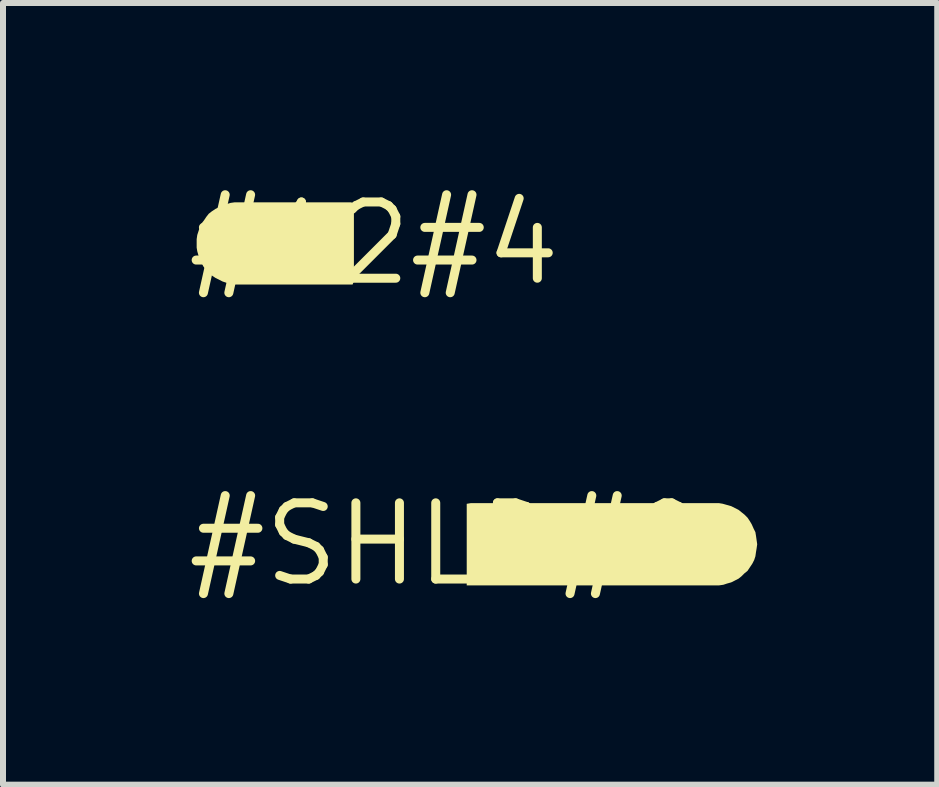
<source format=kicad_pcb>
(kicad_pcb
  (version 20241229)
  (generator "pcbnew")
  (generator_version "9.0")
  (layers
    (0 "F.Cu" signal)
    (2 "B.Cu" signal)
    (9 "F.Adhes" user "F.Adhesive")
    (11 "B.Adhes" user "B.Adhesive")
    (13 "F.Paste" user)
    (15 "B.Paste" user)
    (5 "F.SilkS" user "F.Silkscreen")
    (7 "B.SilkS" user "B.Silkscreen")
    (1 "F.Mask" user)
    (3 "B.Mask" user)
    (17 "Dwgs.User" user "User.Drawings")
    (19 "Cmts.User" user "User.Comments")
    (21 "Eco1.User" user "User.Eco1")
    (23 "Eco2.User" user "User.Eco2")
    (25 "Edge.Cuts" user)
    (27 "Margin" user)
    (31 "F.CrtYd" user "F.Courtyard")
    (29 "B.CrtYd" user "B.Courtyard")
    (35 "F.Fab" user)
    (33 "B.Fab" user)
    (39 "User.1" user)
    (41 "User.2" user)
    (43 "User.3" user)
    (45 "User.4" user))
  (footprint "#12#4"
    (layer "F.Cu")
    (at 3.182 1.006)
    (property "Reference" "#12#4" (at 0 0 0) (layer "F.SilkS") (effects (font (size 1.27 1.27) (thickness 0.15))))
    (fp_poly (pts (xy -0.335 -0.652) (xy -0.335 0.631) (xy -0.357 0.685) (xy -2.33 0.685) (xy -2.391 0.675) (xy -2.461 0.655) (xy -2.522 0.635) (xy -2.643 0.574) (xy -2.703 0.534) (xy -2.754 0.484) (xy -2.804 0.433) (xy -2.844 0.383) (xy -2.905 0.262) (xy -2.925 0.201) (xy -2.945 0.131) (xy -2.955 0.07) (xy -2.955 -0.07) (xy -2.945 -0.141) (xy -2.925 -0.202) (xy -2.905 -0.262) (xy -2.874 -0.333) (xy -2.834 -0.383) (xy -2.794 -0.443) (xy -2.754 -0.494) (xy -2.703 -0.534) (xy -2.643 -0.574) (xy -2.522 -0.635) (xy -2.461 -0.655) (xy -2.391 -0.675) (xy -2.32 -0.685) (xy -0.378 -0.685)) (stroke (width 0) (type default)) (fill yes) (layer "F.SilkS")))
  (footprint "#SHLD#0"
    (layer "F.Cu")
    (at 4.392 6.019)
    (property "Reference" "#SHLD#0" (at 0 0 0) (layer "F.SilkS") (effects (font (size 1.27 1.27) (thickness 0.15))))
    (fp_poly (pts (xy 3.983 -0.224) (xy 4.033 -0.184) (xy 4.084 -0.133) (xy 4.105 -0.071) (xy 4.115 0) (xy 4.105 0.071) (xy 4.084 0.133) (xy 4.033 0.184) (xy 3.983 0.224) (xy 3.962 0.245) (xy 3.756 0.245) (xy 3.745 0.19) (xy 3.745 -0.222) (xy 3.778 -0.255) (xy 3.921 -0.255)) (stroke (width 0) (type default)) (fill yes) (layer "F.SilkS"))
    (fp_poly (pts (xy 4.54 -0.685) (xy 4.601 -0.675) (xy 4.671 -0.655) (xy 4.742 -0.635) (xy 4.863 -0.574) (xy 4.913 -0.534) (xy 4.963 -0.494) (xy 5.014 -0.443) (xy 5.054 -0.383) (xy 5.084 -0.332) (xy 5.115 -0.262) (xy 5.145 -0.202) (xy 5.155 -0.141) (xy 5.165 -0.071) (xy 5.175 0) (xy 5.165 0.071) (xy 5.155 0.131) (xy 5.145 0.201) (xy 5.125 0.262) (xy 5.094 0.323) (xy 5.054 0.383) (xy 5.014 0.443) (xy 4.963 0.484) (xy 4.913 0.534) (xy 4.863 0.574) (xy 4.742 0.635) (xy 4.671 0.655) (xy 4.611 0.675) (xy 4.54 0.685) (xy 0.335 0.685) (xy 0.335 -0.674) (xy 0.4 -0.685)) (stroke (width 0) (type default)) (fill yes) (layer "F.SilkS")))
  (gr_rect
    (start -3 -3)
    (end 12.567 10.025)
    (stroke (width 0.1) (type default))
    (fill no)
    (layer "Edge.Cuts")))
</source>
